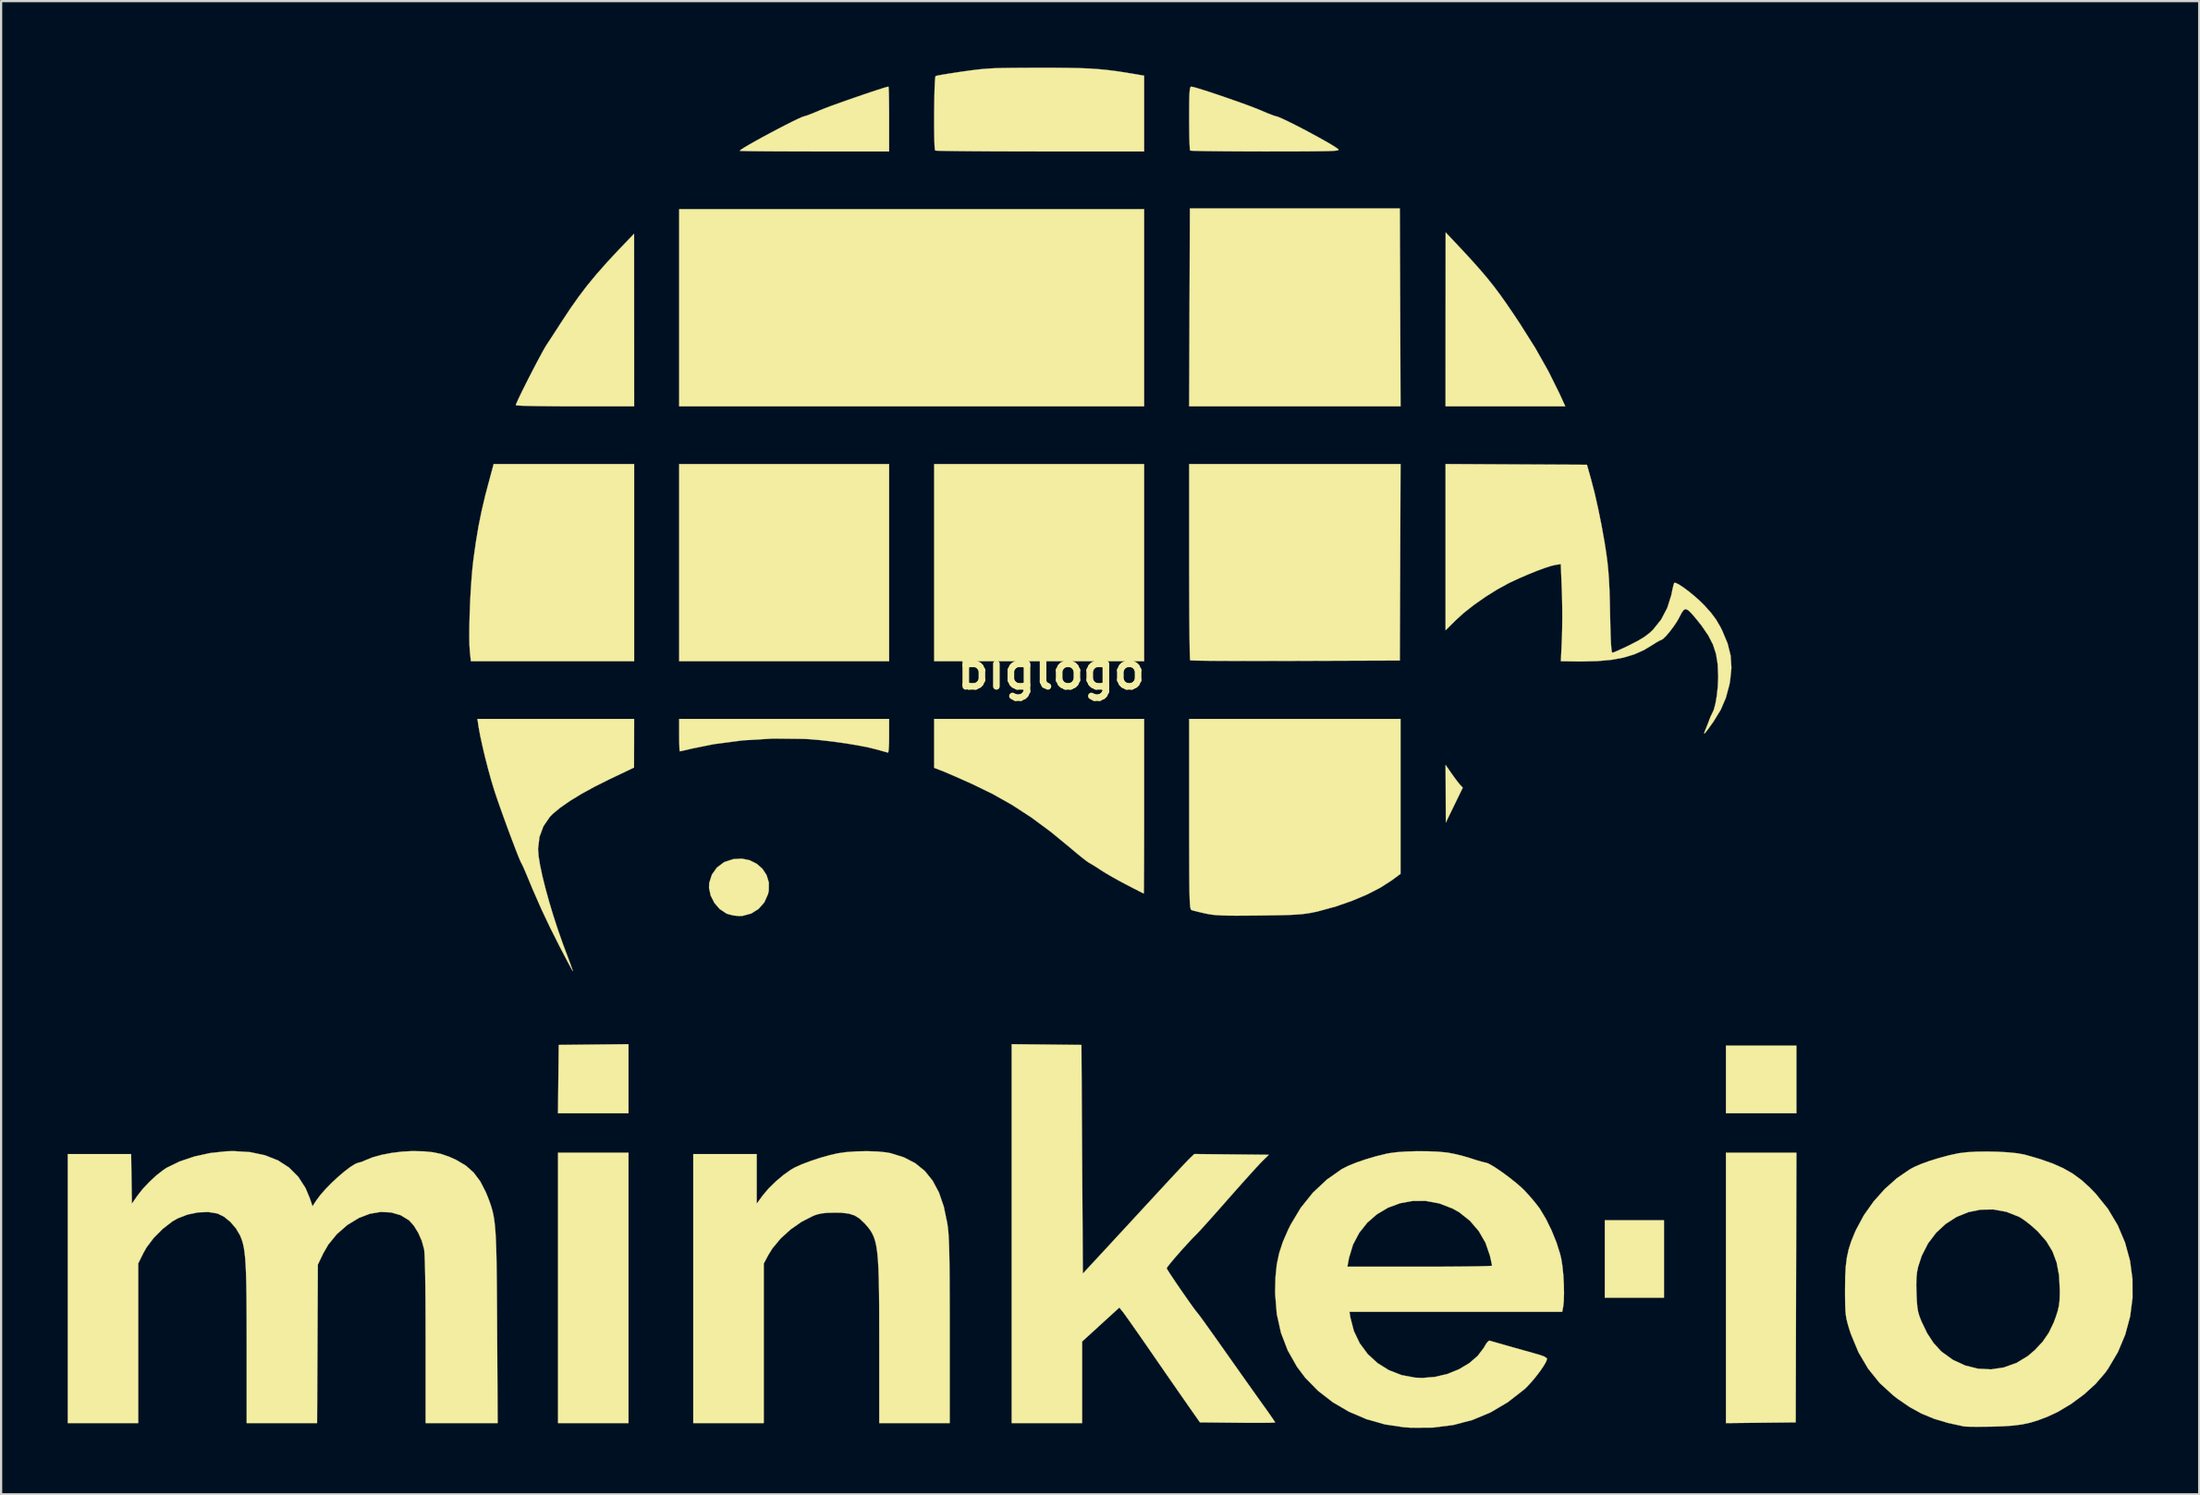
<source format=kicad_pcb>
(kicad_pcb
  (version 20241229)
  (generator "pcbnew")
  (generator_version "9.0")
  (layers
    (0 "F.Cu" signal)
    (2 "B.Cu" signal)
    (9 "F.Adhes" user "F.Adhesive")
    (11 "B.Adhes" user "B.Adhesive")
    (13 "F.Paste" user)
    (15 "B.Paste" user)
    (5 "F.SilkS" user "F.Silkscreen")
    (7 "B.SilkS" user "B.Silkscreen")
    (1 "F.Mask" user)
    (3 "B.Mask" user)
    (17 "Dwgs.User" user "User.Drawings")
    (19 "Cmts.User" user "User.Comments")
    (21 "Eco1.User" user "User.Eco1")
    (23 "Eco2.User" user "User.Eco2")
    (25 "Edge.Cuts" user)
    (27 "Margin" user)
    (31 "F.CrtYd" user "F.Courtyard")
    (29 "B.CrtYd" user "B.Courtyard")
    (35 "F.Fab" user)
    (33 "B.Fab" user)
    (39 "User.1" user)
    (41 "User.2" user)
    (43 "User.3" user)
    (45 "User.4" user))
  (footprint "biglogo"
    (layer "F.Cu")
    (at 44.328 27.21)
    (property "Reference" "biglogo" (at 0 0 0) (layer "F.SilkS") (effects (font (size 1.524 1.524) (thickness 0.3))))
    (attr through_hole)
    (fp_poly (pts (xy -19.05 33.909) (xy -22.225 33.909) (xy -22.225 21.717) (xy -19.05 21.717) (xy -19.05 33.909)) (stroke (width 0.01) (type solid)) (fill yes) (layer "F.SilkS"))
    (fp_poly (pts (xy -7.303 -0.445) (xy -16.764 -0.445) (xy -16.764 -9.335) (xy -7.303 -9.335) (xy -7.303 -0.445)) (stroke (width 0.01) (type solid)) (fill yes) (layer "F.SilkS"))
    (fp_poly (pts (xy 4.191 -11.938) (xy -16.764 -11.938) (xy -16.764 -20.828) (xy 4.191 -20.828) (xy 4.191 -11.938)) (stroke (width 0.01) (type solid)) (fill yes) (layer "F.SilkS"))
    (fp_poly (pts (xy 4.191 -0.445) (xy -5.271 -0.445) (xy -5.271 -9.335) (xy 4.191 -9.335) (xy 4.191 -0.445)) (stroke (width 0.01) (type solid)) (fill yes) (layer "F.SilkS"))
    (fp_poly (pts (xy 27.622 28.258) (xy 24.956 28.258) (xy 24.956 24.765) (xy 27.622 24.765) (xy 27.622 28.258)) (stroke (width 0.01) (type solid)) (fill yes) (layer "F.SilkS"))
    (fp_poly (pts (xy 33.592 19.939) (xy 30.416 19.939) (xy 30.416 16.891) (xy 33.592 16.891) (xy 33.592 19.939)) (stroke (width 0.01) (type solid)) (fill yes) (layer "F.SilkS"))
    (fp_poly (pts (xy -19.05 19.939) (xy -22.227 19.939) (xy -22.193 16.859) (xy -20.622 16.842) (xy -19.05 16.825) (xy -19.05 19.939)) (stroke (width 0.01) (type solid)) (fill yes) (layer "F.SilkS"))
    (fp_poly (pts (xy 15.733 -16.399) (xy 15.749 -11.938) (xy 6.222 -11.938) (xy 6.255 -20.86) (xy 15.716 -20.86) (xy 15.733 -16.399)) (stroke (width 0.01) (type solid)) (fill yes) (layer "F.SilkS"))
    (fp_poly (pts (xy 33.576 27.797) (xy 33.56 33.877) (xy 30.416 33.911) (xy 30.416 21.717) (xy 33.592 21.717) (xy 33.576 27.797)) (stroke (width 0.01) (type solid)) (fill yes) (layer "F.SilkS"))
    (fp_poly (pts (xy 18.041 4.609) (xy 18.191 4.819) (xy 18.33 5.004) (xy 18.427 5.122) (xy 18.553 5.259) (xy 18.172 6.043) (xy 17.791 6.826) (xy 17.786 5.53) (xy 17.78 4.233) (xy 18.041 4.609)) (stroke (width 0.01) (type solid)) (fill yes) (layer "F.SilkS"))
    (fp_poly (pts (xy 18.115 -19.428) (xy 18.597 -18.915) (xy 19.005 -18.47) (xy 19.356 -18.075) (xy 19.667 -17.708) (xy 19.953 -17.349) (xy 20.232 -16.978) (xy 20.518 -16.574) (xy 20.83 -16.117) (xy 21.129 -15.666) (xy 21.82 -14.57) (xy 22.414 -13.518) (xy 22.923 -12.491) (xy 22.95 -12.43) (xy 23.174 -11.938) (xy 17.78 -11.938) (xy 17.781 -15.859) (xy 17.783 -19.78) (xy 18.115 -19.428)) (stroke (width 0.01) (type solid)) (fill yes) (layer "F.SilkS"))
    (fp_poly (pts (xy -18.796 -0.445) (xy -26.152 -0.445) (xy -26.198 -0.873) (xy -26.217 -1.16) (xy -26.224 -1.549) (xy -26.221 -2.014) (xy -26.209 -2.531) (xy -26.188 -3.076) (xy -26.16 -3.622) (xy -26.125 -4.146) (xy -26.084 -4.622) (xy -26.04 -5.018) (xy -25.928 -5.82) (xy -25.807 -6.541) (xy -25.668 -7.226) (xy -25.504 -7.921) (xy -25.387 -8.366) (xy -25.127 -9.335) (xy -18.796 -9.335) (xy -18.796 -0.445)) (stroke (width 0.01) (type solid)) (fill yes) (layer "F.SilkS"))
    (fp_poly (pts (xy 15.733 -4.905) (xy 15.716 -0.476) (xy 11.012 -0.46) (xy 10.251 -0.458) (xy 9.526 -0.457) (xy 8.849 -0.457) (xy 8.228 -0.459) (xy 7.675 -0.461) (xy 7.199 -0.464) (xy 6.81 -0.469) (xy 6.518 -0.474) (xy 6.333 -0.48) (xy 6.266 -0.486) (xy 6.259 -0.556) (xy 6.252 -0.741) (xy 6.246 -1.033) (xy 6.24 -1.421) (xy 6.235 -1.895) (xy 6.23 -2.444) (xy 6.227 -3.058) (xy 6.225 -3.726) (xy 6.223 -4.439) (xy 6.223 -4.932) (xy 6.223 -9.335) (xy 15.749 -9.335) (xy 15.733 -4.905)) (stroke (width 0.01) (type solid)) (fill yes) (layer "F.SilkS"))
    (fp_poly (pts (xy -13.585 8.533) (xy -13.27 8.69) (xy -13.011 8.918) (xy -12.824 9.204) (xy -12.724 9.537) (xy -12.728 9.906) (xy -12.762 10.058) (xy -12.927 10.428) (xy -13.186 10.724) (xy -13.517 10.932) (xy -13.903 11.037) (xy -14.065 11.046) (xy -14.318 11.021) (xy -14.569 10.957) (xy -14.641 10.929) (xy -14.938 10.732) (xy -15.178 10.453) (xy -15.345 10.123) (xy -15.42 9.775) (xy -15.41 9.552) (xy -15.289 9.177) (xy -15.066 8.863) (xy -14.758 8.63) (xy -14.708 8.605) (xy -14.32 8.479) (xy -13.94 8.459) (xy -13.585 8.533)) (stroke (width 0.01) (type solid)) (fill yes) (layer "F.SilkS"))
    (fp_poly (pts (xy -7.303 2.921) (xy -7.306 3.214) (xy -7.316 3.454) (xy -7.331 3.616) (xy -7.35 3.676) (xy -7.35 3.676) (xy -7.431 3.656) (xy -7.598 3.61) (xy -7.811 3.549) (xy -8.203 3.451) (xy -8.689 3.354) (xy -9.236 3.263) (xy -9.81 3.182) (xy -10.379 3.116) (xy -10.909 3.071) (xy -11.133 3.058) (xy -12.524 3.043) (xy -13.891 3.124) (xy -15.21 3.297) (xy -16.182 3.494) (xy -16.424 3.551) (xy -16.615 3.594) (xy -16.724 3.617) (xy -16.737 3.619) (xy -16.748 3.56) (xy -16.756 3.399) (xy -16.762 3.161) (xy -16.764 2.889) (xy -16.764 2.159) (xy -7.303 2.159) (xy -7.303 2.921)) (stroke (width 0.01) (type solid)) (fill yes) (layer "F.SilkS"))
    (fp_poly (pts (xy -18.797 -15.827) (xy -18.796 -11.938) (xy -21.463 -11.938) (xy -22.031 -11.939) (xy -22.558 -11.943) (xy -23.03 -11.948) (xy -23.435 -11.955) (xy -23.759 -11.963) (xy -23.989 -11.973) (xy -24.112 -11.983) (xy -24.13 -11.989) (xy -24.102 -12.072) (xy -24.023 -12.246) (xy -23.905 -12.494) (xy -23.757 -12.794) (xy -23.59 -13.128) (xy -23.412 -13.475) (xy -23.235 -13.816) (xy -23.067 -14.132) (xy -22.921 -14.402) (xy -22.804 -14.608) (xy -22.746 -14.703) (xy -22.608 -14.912) (xy -22.427 -15.19) (xy -22.228 -15.497) (xy -22.066 -15.748) (xy -21.672 -16.345) (xy -21.29 -16.887) (xy -20.9 -17.399) (xy -20.481 -17.906) (xy -20.014 -18.435) (xy -19.478 -19.01) (xy -19.257 -19.24) (xy -18.798 -19.717) (xy -18.797 -15.827)) (stroke (width 0.01) (type solid)) (fill yes) (layer "F.SilkS"))
    (fp_poly (pts (xy 4.191 6.096) (xy 4.191 6.79) (xy 4.19 7.445) (xy 4.189 8.05) (xy 4.187 8.595) (xy 4.186 9.068) (xy 4.183 9.458) (xy 4.181 9.756) (xy 4.178 9.95) (xy 4.176 10.029) (xy 4.175 10.031) (xy 4.116 10.002) (xy 3.966 9.926) (xy 3.744 9.813) (xy 3.474 9.673) (xy 3.397 9.634) (xy 3.072 9.461) (xy 2.749 9.281) (xy 2.464 9.115) (xy 2.256 8.985) (xy 2.254 8.984) (xy 2.04 8.843) (xy 1.845 8.722) (xy 1.714 8.647) (xy 1.609 8.576) (xy 1.43 8.44) (xy 1.203 8.256) (xy 0.948 8.043) (xy 0.889 7.992) (xy -0.012 7.251) (xy -0.882 6.607) (xy -1.747 6.043) (xy -2.634 5.542) (xy -3.568 5.088) (xy -3.588 5.079) (xy -3.953 4.916) (xy -4.301 4.762) (xy -4.605 4.63) (xy -4.84 4.531) (xy -4.969 4.479) (xy -5.271 4.364) (xy -5.271 2.159) (xy 4.191 2.159) (xy 4.191 6.096)) (stroke (width 0.01) (type solid)) (fill yes) (layer "F.SilkS"))
    (fp_poly (pts (xy 15.748 9.144) (xy 15.351 9.437) (xy 14.846 9.762) (xy 14.241 10.074) (xy 13.561 10.361) (xy 12.834 10.614) (xy 12.084 10.82) (xy 11.886 10.866) (xy 11.69 10.906) (xy 11.495 10.937) (xy 11.283 10.962) (xy 11.034 10.981) (xy 10.731 10.996) (xy 10.354 11.007) (xy 9.887 11.015) (xy 9.366 11.022) (xy 8.8 11.027) (xy 8.343 11.029) (xy 7.979 11.026) (xy 7.689 11.018) (xy 7.456 11.005) (xy 7.263 10.986) (xy 7.091 10.959) (xy 6.95 10.931) (xy 6.698 10.873) (xy 6.485 10.821) (xy 6.349 10.783) (xy 6.331 10.777) (xy 6.31 10.762) (xy 6.291 10.728) (xy 6.276 10.667) (xy 6.263 10.569) (xy 6.252 10.426) (xy 6.244 10.229) (xy 6.237 9.969) (xy 6.232 9.636) (xy 6.228 9.223) (xy 6.226 8.719) (xy 6.224 8.116) (xy 6.223 7.406) (xy 6.223 6.579) (xy 6.223 6.447) (xy 6.223 2.159) (xy 15.748 2.159) (xy 15.748 9.144)) (stroke (width 0.01) (type solid)) (fill yes) (layer "F.SilkS"))
    (fp_poly (pts (xy -7.324 -26.292) (xy -7.316 -26.122) (xy -7.31 -25.861) (xy -7.306 -25.526) (xy -7.303 -25.134) (xy -7.303 -24.892) (xy -7.303 -23.431) (xy -10.668 -23.431) (xy -11.308 -23.432) (xy -11.909 -23.434) (xy -12.458 -23.436) (xy -12.944 -23.439) (xy -13.354 -23.443) (xy -13.679 -23.448) (xy -13.904 -23.453) (xy -14.02 -23.458) (xy -14.034 -23.461) (xy -13.98 -23.511) (xy -13.831 -23.608) (xy -13.604 -23.742) (xy -13.32 -23.903) (xy -12.994 -24.083) (xy -12.646 -24.27) (xy -12.294 -24.456) (xy -11.957 -24.631) (xy -11.652 -24.784) (xy -11.398 -24.906) (xy -11.213 -24.988) (xy -11.115 -25.019) (xy -11.113 -25.019) (xy -11.031 -25.043) (xy -10.86 -25.107) (xy -10.625 -25.201) (xy -10.398 -25.297) (xy -10.207 -25.373) (xy -9.937 -25.475) (xy -9.609 -25.594) (xy -9.244 -25.724) (xy -8.86 -25.858) (xy -8.48 -25.989) (xy -8.122 -26.11) (xy -7.808 -26.213) (xy -7.557 -26.293) (xy -7.39 -26.341) (xy -7.333 -26.352) (xy -7.324 -26.292)) (stroke (width 0.01) (type solid)) (fill yes) (layer "F.SilkS"))
    (fp_poly (pts (xy 0.163 -27.204) (xy 0.76 -27.198) (xy 1.273 -27.187) (xy 1.724 -27.169) (xy 2.134 -27.141) (xy 2.525 -27.104) (xy 2.917 -27.055) (xy 3.333 -26.992) (xy 3.794 -26.916) (xy 4.191 -26.847) (xy 4.191 -23.431) (xy -0.497 -23.431) (xy -1.258 -23.432) (xy -1.981 -23.434) (xy -2.657 -23.436) (xy -3.276 -23.44) (xy -3.828 -23.444) (xy -4.302 -23.449) (xy -4.69 -23.455) (xy -4.98 -23.461) (xy -5.163 -23.467) (xy -5.228 -23.474) (xy -5.243 -23.55) (xy -5.255 -23.732) (xy -5.264 -23.999) (xy -5.269 -24.33) (xy -5.272 -24.705) (xy -5.271 -25.103) (xy -5.267 -25.503) (xy -5.261 -25.885) (xy -5.253 -26.228) (xy -5.241 -26.512) (xy -5.228 -26.716) (xy -5.212 -26.82) (xy -5.207 -26.829) (xy -5.127 -26.85) (xy -4.942 -26.885) (xy -4.673 -26.93) (xy -4.342 -26.982) (xy -3.985 -27.035) (xy -3.667 -27.079) (xy -3.386 -27.115) (xy -3.123 -27.144) (xy -2.857 -27.165) (xy -2.57 -27.181) (xy -2.242 -27.192) (xy -1.854 -27.198) (xy -1.386 -27.202) (xy -0.819 -27.204) (xy -0.54 -27.205) (xy 0.163 -27.204)) (stroke (width 0.01) (type solid)) (fill yes) (layer "F.SilkS"))
    (fp_poly (pts (xy 6.423 -26.332) (xy 6.626 -26.274) (xy 6.908 -26.186) (xy 7.248 -26.076) (xy 7.625 -25.949) (xy 8.019 -25.813) (xy 8.41 -25.676) (xy 8.778 -25.543) (xy 9.101 -25.422) (xy 9.361 -25.32) (xy 9.457 -25.28) (xy 9.714 -25.17) (xy 9.932 -25.084) (xy 10.082 -25.03) (xy 10.13 -25.019) (xy 10.232 -24.989) (xy 10.424 -24.907) (xy 10.687 -24.782) (xy 11.001 -24.625) (xy 11.345 -24.448) (xy 11.7 -24.259) (xy 12.047 -24.071) (xy 12.365 -23.893) (xy 12.635 -23.736) (xy 12.836 -23.61) (xy 12.949 -23.525) (xy 12.952 -23.523) (xy 12.96 -23.503) (xy 12.933 -23.486) (xy 12.863 -23.472) (xy 12.739 -23.46) (xy 12.553 -23.451) (xy 12.295 -23.444) (xy 11.956 -23.439) (xy 11.526 -23.435) (xy 10.996 -23.433) (xy 10.357 -23.432) (xy 9.676 -23.431) (xy 9.034 -23.432) (xy 8.43 -23.435) (xy 7.877 -23.438) (xy 7.386 -23.443) (xy 6.969 -23.448) (xy 6.638 -23.455) (xy 6.405 -23.462) (xy 6.282 -23.47) (xy 6.265 -23.474) (xy 6.253 -23.547) (xy 6.242 -23.728) (xy 6.233 -23.999) (xy 6.227 -24.341) (xy 6.223 -24.735) (xy 6.223 -24.934) (xy 6.224 -25.4) (xy 6.228 -25.754) (xy 6.235 -26.01) (xy 6.247 -26.183) (xy 6.265 -26.288) (xy 6.289 -26.34) (xy 6.318 -26.352) (xy 6.423 -26.332)) (stroke (width 0.01) (type solid)) (fill yes) (layer "F.SilkS"))
    (fp_poly (pts (xy -18.798 3.254) (xy -18.801 4.35) (xy -19.925 4.887) (xy -20.582 5.215) (xy -21.177 5.542) (xy -21.696 5.86) (xy -22.127 6.16) (xy -22.458 6.434) (xy -22.594 6.573) (xy -22.885 6.998) (xy -23.063 7.478) (xy -23.126 8.009) (xy -23.126 8.033) (xy -23.103 8.342) (xy -23.037 8.75) (xy -22.933 9.241) (xy -22.795 9.796) (xy -22.629 10.397) (xy -22.44 11.026) (xy -22.231 11.667) (xy -22.008 12.3) (xy -21.888 12.621) (xy -21.77 12.933) (xy -21.672 13.198) (xy -21.601 13.397) (xy -21.564 13.509) (xy -21.561 13.525) (xy -21.594 13.472) (xy -21.677 13.323) (xy -21.799 13.095) (xy -21.951 12.805) (xy -22.125 12.472) (xy -22.147 12.43) (xy -22.582 11.567) (xy -22.979 10.727) (xy -23.363 9.852) (xy -23.592 9.303) (xy -23.698 9.05) (xy -23.789 8.841) (xy -23.854 8.703) (xy -23.874 8.668) (xy -23.92 8.576) (xy -24.001 8.384) (xy -24.11 8.109) (xy -24.239 7.771) (xy -24.383 7.39) (xy -24.534 6.983) (xy -24.684 6.57) (xy -24.827 6.17) (xy -24.956 5.801) (xy -25.063 5.483) (xy -25.102 5.364) (xy -25.239 4.912) (xy -25.379 4.404) (xy -25.514 3.877) (xy -25.636 3.362) (xy -25.737 2.895) (xy -25.807 2.51) (xy -25.814 2.461) (xy -25.859 2.159) (xy -18.796 2.159) (xy -18.798 3.254)) (stroke (width 0.01) (type solid)) (fill yes) (layer "F.SilkS"))
    (fp_poly (pts (xy -7.842 21.664) (xy -7.445 21.702) (xy -7.236 21.74) (xy -6.639 21.926) (xy -6.128 22.191) (xy -5.696 22.54) (xy -5.341 22.98) (xy -5.056 23.515) (xy -4.838 24.151) (xy -4.683 24.894) (xy -4.671 24.974) (xy -4.65 25.132) (xy -4.632 25.314) (xy -4.618 25.532) (xy -4.605 25.794) (xy -4.595 26.111) (xy -4.587 26.494) (xy -4.581 26.953) (xy -4.577 27.497) (xy -4.574 28.137) (xy -4.572 28.884) (xy -4.572 29.747) (xy -4.572 29.774) (xy -4.572 33.909) (xy -7.747 33.909) (xy -7.747 30.298) (xy -7.748 29.411) (xy -7.75 28.64) (xy -7.757 27.978) (xy -7.767 27.412) (xy -7.784 26.933) (xy -7.807 26.532) (xy -7.839 26.199) (xy -7.88 25.923) (xy -7.932 25.694) (xy -7.996 25.503) (xy -8.073 25.34) (xy -8.164 25.195) (xy -8.27 25.058) (xy -8.394 24.918) (xy -8.408 24.902) (xy -8.633 24.689) (xy -8.861 24.547) (xy -9.127 24.462) (xy -9.463 24.425) (xy -9.747 24.42) (xy -10.09 24.429) (xy -10.347 24.455) (xy -10.56 24.505) (xy -10.72 24.563) (xy -11.244 24.83) (xy -11.744 25.179) (xy -12.191 25.586) (xy -12.558 26.026) (xy -12.748 26.331) (xy -12.954 26.72) (xy -12.954 33.909) (xy -16.129 33.909) (xy -16.129 21.78) (xy -13.271 21.78) (xy -13.271 24.017) (xy -12.989 23.633) (xy -12.737 23.335) (xy -12.421 23.024) (xy -12.076 22.732) (xy -11.742 22.493) (xy -11.557 22.386) (xy -11.238 22.242) (xy -10.839 22.092) (xy -10.402 21.948) (xy -9.972 21.827) (xy -9.619 21.746) (xy -9.227 21.691) (xy -8.773 21.659) (xy -8.298 21.65) (xy -7.842 21.664)) (stroke (width 0.01) (type solid)) (fill yes) (layer "F.SilkS"))
    (fp_poly (pts (xy -0.206 16.842) (xy 1.365 16.859) (xy 1.397 22.014) (xy 1.429 27.169) (xy 2.159 26.381) (xy 2.379 26.144) (xy 2.669 25.83) (xy 3.012 25.458) (xy 3.393 25.046) (xy 3.795 24.61) (xy 4.202 24.168) (xy 4.485 23.862) (xy 4.855 23.461) (xy 5.205 23.083) (xy 5.523 22.74) (xy 5.8 22.444) (xy 6.024 22.206) (xy 6.183 22.039) (xy 6.267 21.954) (xy 6.454 21.778) (xy 8.133 21.795) (xy 9.811 21.812) (xy 9.519 22.098) (xy 9.402 22.219) (xy 9.215 22.421) (xy 8.972 22.689) (xy 8.686 23.007) (xy 8.371 23.36) (xy 8.041 23.734) (xy 7.972 23.812) (xy 7.647 24.182) (xy 7.34 24.528) (xy 7.064 24.836) (xy 6.831 25.094) (xy 6.655 25.287) (xy 6.546 25.402) (xy 6.53 25.418) (xy 6.382 25.566) (xy 6.194 25.766) (xy 5.984 25.996) (xy 5.769 26.237) (xy 5.567 26.47) (xy 5.395 26.674) (xy 5.27 26.831) (xy 5.21 26.919) (xy 5.207 26.928) (xy 5.242 26.995) (xy 5.336 27.145) (xy 5.477 27.358) (xy 5.65 27.615) (xy 5.842 27.895) (xy 6.038 28.178) (xy 6.225 28.445) (xy 6.389 28.675) (xy 6.517 28.848) (xy 6.594 28.944) (xy 6.606 28.956) (xy 6.652 29.014) (xy 6.762 29.163) (xy 6.927 29.391) (xy 7.138 29.686) (xy 7.386 30.034) (xy 7.661 30.423) (xy 7.836 30.671) (xy 8.154 31.122) (xy 8.477 31.579) (xy 8.789 32.02) (xy 9.077 32.425) (xy 9.324 32.773) (xy 9.517 33.043) (xy 9.559 33.102) (xy 9.75 33.369) (xy 9.91 33.598) (xy 10.028 33.771) (xy 10.09 33.867) (xy 10.097 33.88) (xy 10.036 33.888) (xy 9.864 33.894) (xy 9.599 33.897) (xy 9.256 33.898) (xy 8.852 33.898) (xy 8.403 33.894) (xy 8.402 33.894) (xy 6.707 33.877) (xy 6.151 33.084) (xy 5.968 32.82) (xy 5.728 32.475) (xy 5.446 32.069) (xy 5.139 31.626) (xy 4.822 31.167) (xy 4.51 30.715) (xy 4.479 30.671) (xy 4.196 30.26) (xy 3.929 29.877) (xy 3.69 29.535) (xy 3.488 29.249) (xy 3.334 29.032) (xy 3.238 28.901) (xy 3.218 28.876) (xy 3.074 28.701) (xy 2.235 29.467) (xy 1.397 30.232) (xy 1.397 33.909) (xy -1.778 33.909) (xy -1.778 16.825) (xy -0.206 16.842)) (stroke (width 0.01) (type solid)) (fill yes) (layer "F.SilkS"))
    (fp_poly (pts (xy 20.965 -9.319) (xy 24.151 -9.303) (xy 24.33 -8.668) (xy 24.492 -8.045) (xy 24.653 -7.337) (xy 24.806 -6.582) (xy 24.942 -5.821) (xy 25.023 -5.302) (xy 25.072 -4.93) (xy 25.111 -4.549) (xy 25.142 -4.136) (xy 25.165 -3.665) (xy 25.182 -3.112) (xy 25.193 -2.588) (xy 25.206 -2.014) (xy 25.219 -1.561) (xy 25.235 -1.222) (xy 25.254 -0.991) (xy 25.275 -0.861) (xy 25.297 -0.826) (xy 25.378 -0.852) (xy 25.549 -0.925) (xy 25.785 -1.033) (xy 26.061 -1.164) (xy 26.08 -1.174) (xy 26.456 -1.368) (xy 26.745 -1.543) (xy 26.977 -1.721) (xy 27.133 -1.868) (xy 27.493 -2.318) (xy 27.771 -2.845) (xy 27.952 -3.417) (xy 27.968 -3.494) (xy 28.014 -3.719) (xy 28.056 -3.891) (xy 28.084 -3.975) (xy 28.086 -3.977) (xy 28.164 -3.971) (xy 28.314 -3.893) (xy 28.517 -3.758) (xy 28.754 -3.58) (xy 29.003 -3.376) (xy 29.245 -3.159) (xy 29.453 -2.953) (xy 29.743 -2.628) (xy 29.967 -2.328) (xy 30.158 -2.003) (xy 30.246 -1.829) (xy 30.489 -1.248) (xy 30.627 -0.698) (xy 30.663 -0.143) (xy 30.602 0.448) (xy 30.569 0.622) (xy 30.41 1.213) (xy 30.181 1.745) (xy 29.859 2.27) (xy 29.836 2.304) (xy 29.644 2.572) (xy 29.517 2.741) (xy 29.449 2.817) (xy 29.434 2.805) (xy 29.464 2.712) (xy 29.496 2.635) (xy 29.582 2.424) (xy 29.658 2.224) (xy 29.67 2.191) (xy 29.731 2.036) (xy 29.782 1.937) (xy 29.867 1.753) (xy 29.943 1.47) (xy 30.005 1.115) (xy 30.048 0.717) (xy 30.067 0.303) (xy 30.067 0.222) (xy 30.045 -0.309) (xy 29.97 -0.773) (xy 29.831 -1.198) (xy 29.616 -1.615) (xy 29.314 -2.054) (xy 29.073 -2.356) (xy 28.864 -2.6) (xy 28.714 -2.746) (xy 28.602 -2.797) (xy 28.51 -2.755) (xy 28.417 -2.622) (xy 28.327 -2.448) (xy 28.206 -2.233) (xy 28.051 -2.001) (xy 27.881 -1.776) (xy 27.717 -1.584) (xy 27.579 -1.449) (xy 27.486 -1.397) (xy 27.485 -1.397) (xy 27.402 -1.363) (xy 27.254 -1.277) (xy 27.14 -1.202) (xy 26.724 -0.95) (xy 26.282 -0.753) (xy 25.795 -0.606) (xy 25.246 -0.507) (xy 24.615 -0.45) (xy 23.886 -0.433) (xy 23.633 -0.435) (xy 22.977 -0.445) (xy 23.022 -1.447) (xy 23.035 -1.868) (xy 23.04 -2.365) (xy 23.038 -2.891) (xy 23.028 -3.395) (xy 23.02 -3.638) (xy 22.973 -4.825) (xy 22.71 -4.784) (xy 22.508 -4.734) (xy 22.218 -4.639) (xy 21.868 -4.508) (xy 21.485 -4.353) (xy 21.095 -4.184) (xy 20.725 -4.012) (xy 20.599 -3.95) (xy 20.095 -3.673) (xy 19.571 -3.344) (xy 19.064 -2.988) (xy 18.607 -2.63) (xy 18.262 -2.317) (xy 17.78 -1.84) (xy 17.78 -9.336) (xy 20.965 -9.319)) (stroke (width 0.01) (type solid)) (fill yes) (layer "F.SilkS"))
    (fp_poly (pts (xy -36.107 21.692) (xy -35.437 21.833) (xy -34.85 22.065) (xy -34.348 22.39) (xy -33.934 22.806) (xy -33.608 23.311) (xy -33.414 23.773) (xy -33.293 24.133) (xy -33.114 23.862) (xy -32.933 23.619) (xy -32.698 23.352) (xy -32.428 23.076) (xy -32.141 22.81) (xy -31.858 22.568) (xy -31.596 22.369) (xy -31.375 22.229) (xy -31.213 22.164) (xy -31.187 22.162) (xy -31.08 22.134) (xy -30.927 22.067) (xy -30.914 22.061) (xy -30.594 21.931) (xy -30.183 21.817) (xy -29.719 21.727) (xy -29.236 21.668) (xy -28.784 21.646) (xy -28.28 21.657) (xy -27.863 21.698) (xy -27.493 21.776) (xy -27.132 21.901) (xy -26.815 22.044) (xy -26.386 22.297) (xy -26.031 22.612) (xy -25.734 23.006) (xy -25.48 23.498) (xy -25.373 23.763) (xy -25.303 23.952) (xy -25.242 24.13) (xy -25.19 24.307) (xy -25.146 24.494) (xy -25.109 24.701) (xy -25.078 24.937) (xy -25.053 25.214) (xy -25.032 25.541) (xy -25.016 25.928) (xy -25.003 26.386) (xy -24.994 26.926) (xy -24.986 27.556) (xy -24.98 28.288) (xy -24.974 29.131) (xy -24.972 29.607) (xy -24.948 33.909) (xy -28.194 33.909) (xy -28.194 30.174) (xy -28.195 29.266) (xy -28.199 28.463) (xy -28.205 27.768) (xy -28.214 27.184) (xy -28.225 26.715) (xy -28.238 26.365) (xy -28.253 26.136) (xy -28.263 26.063) (xy -28.365 25.695) (xy -28.526 25.33) (xy -28.725 25.007) (xy -28.94 24.768) (xy -28.949 24.761) (xy -29.321 24.535) (xy -29.75 24.411) (xy -30.218 24.389) (xy -30.707 24.471) (xy -31.198 24.658) (xy -31.202 24.66) (xy -31.726 24.98) (xy -32.194 25.389) (xy -32.58 25.861) (xy -32.809 26.257) (xy -33.052 26.765) (xy -33.069 30.337) (xy -33.087 33.909) (xy -36.258 33.909) (xy -36.258 30.399) (xy -36.259 29.538) (xy -36.262 28.795) (xy -36.267 28.157) (xy -36.276 27.615) (xy -36.289 27.159) (xy -36.306 26.778) (xy -36.328 26.462) (xy -36.356 26.2) (xy -36.39 25.983) (xy -36.431 25.799) (xy -36.48 25.639) (xy -36.538 25.491) (xy -36.558 25.444) (xy -36.748 25.123) (xy -37.002 24.83) (xy -37.289 24.599) (xy -37.577 24.46) (xy -37.577 24.459) (xy -37.99 24.392) (xy -38.451 24.41) (xy -38.921 24.507) (xy -39.362 24.676) (xy -39.61 24.817) (xy -40.053 25.161) (xy -40.45 25.562) (xy -40.771 25.986) (xy -40.913 26.236) (xy -41.148 26.711) (xy -41.148 33.909) (xy -44.323 33.909) (xy -44.323 21.78) (xy -41.468 21.78) (xy -41.451 22.9) (xy -41.434 24.019) (xy -41.188 23.662) (xy -40.948 23.357) (xy -40.647 23.037) (xy -40.322 22.736) (xy -40.008 22.491) (xy -39.862 22.396) (xy -39.279 22.113) (xy -38.614 21.889) (xy -37.899 21.733) (xy -37.169 21.655) (xy -36.86 21.646) (xy -36.107 21.692)) (stroke (width 0.01) (type solid)) (fill yes) (layer "F.SilkS"))
    (fp_poly (pts (xy 42.656 21.675) (xy 43.119 21.701) (xy 43.529 21.742) (xy 43.853 21.798) (xy 43.91 21.813) (xy 44.577 22.007) (xy 45.139 22.205) (xy 45.62 22.418) (xy 46.043 22.66) (xy 46.431 22.943) (xy 46.805 23.28) (xy 47.085 23.569) (xy 47.633 24.25) (xy 48.073 24.988) (xy 48.404 25.77) (xy 48.627 26.583) (xy 48.74 27.417) (xy 48.743 28.258) (xy 48.635 29.095) (xy 48.415 29.915) (xy 48.084 30.707) (xy 47.64 31.459) (xy 47.499 31.655) (xy 47.075 32.145) (xy 46.556 32.617) (xy 45.974 33.047) (xy 45.363 33.411) (xy 44.9 33.626) (xy 44.502 33.777) (xy 44.136 33.89) (xy 43.769 33.97) (xy 43.369 34.022) (xy 42.904 34.054) (xy 42.418 34.069) (xy 42.044 34.074) (xy 41.705 34.075) (xy 41.425 34.073) (xy 41.228 34.067) (xy 41.148 34.06) (xy 40.427 33.904) (xy 39.799 33.716) (xy 39.233 33.482) (xy 38.697 33.187) (xy 38.159 32.819) (xy 37.963 32.668) (xy 37.348 32.106) (xy 36.825 31.457) (xy 36.391 30.72) (xy 36.047 29.892) (xy 35.96 29.623) (xy 35.898 29.41) (xy 35.853 29.225) (xy 35.821 29.04) (xy 35.802 28.829) (xy 35.791 28.566) (xy 35.786 28.224) (xy 35.785 27.877) (xy 35.788 27.683) (xy 38.995 27.683) (xy 39.004 28.064) (xy 39.021 28.418) (xy 39.043 28.68) (xy 39.078 28.888) (xy 39.132 29.078) (xy 39.212 29.285) (xy 39.226 29.32) (xy 39.485 29.858) (xy 39.77 30.295) (xy 40.098 30.655) (xy 40.156 30.706) (xy 40.649 31.061) (xy 41.196 31.313) (xy 41.774 31.458) (xy 42.364 31.489) (xy 42.944 31.402) (xy 42.945 31.401) (xy 43.515 31.196) (xy 44.022 30.888) (xy 44.334 30.623) (xy 44.691 30.241) (xy 44.966 29.842) (xy 45.188 29.382) (xy 45.283 29.128) (xy 45.369 28.862) (xy 45.423 28.632) (xy 45.453 28.392) (xy 45.464 28.094) (xy 45.465 27.917) (xy 45.432 27.251) (xy 45.324 26.674) (xy 45.135 26.166) (xy 44.857 25.708) (xy 44.482 25.28) (xy 44.421 25.221) (xy 44.181 25.007) (xy 43.933 24.809) (xy 43.714 24.658) (xy 43.627 24.608) (xy 43.054 24.383) (xy 42.473 24.277) (xy 41.897 24.285) (xy 41.339 24.399) (xy 40.81 24.615) (xy 40.324 24.926) (xy 39.892 25.325) (xy 39.527 25.806) (xy 39.241 26.364) (xy 39.079 26.858) (xy 39.03 27.098) (xy 39.003 27.361) (xy 38.995 27.683) (xy 35.788 27.683) (xy 35.792 27.314) (xy 35.817 26.848) (xy 35.867 26.448) (xy 35.946 26.083) (xy 36.06 25.724) (xy 36.216 25.34) (xy 36.285 25.185) (xy 36.634 24.538) (xy 37.07 23.921) (xy 37.573 23.357) (xy 38.123 22.867) (xy 38.698 22.473) (xy 38.908 22.359) (xy 39.208 22.229) (xy 39.593 22.09) (xy 40.026 21.956) (xy 40.465 21.838) (xy 40.872 21.749) (xy 40.926 21.74) (xy 41.274 21.697) (xy 41.7 21.672) (xy 42.172 21.665) (xy 42.656 21.675)) (stroke (width 0.01) (type solid)) (fill yes) (layer "F.SilkS"))
    (fp_poly (pts (xy 16.947 21.653) (xy 17.405 21.671) (xy 17.799 21.706) (xy 17.907 21.721) (xy 18.203 21.779) (xy 18.55 21.864) (xy 18.881 21.961) (xy 18.932 21.978) (xy 19.187 22.06) (xy 19.402 22.123) (xy 19.544 22.157) (xy 19.576 22.162) (xy 19.695 22.2) (xy 19.888 22.306) (xy 20.134 22.463) (xy 20.41 22.656) (xy 20.694 22.869) (xy 20.966 23.086) (xy 21.201 23.292) (xy 21.31 23.396) (xy 21.544 23.648) (xy 21.78 23.924) (xy 21.978 24.177) (xy 22.034 24.256) (xy 22.305 24.709) (xy 22.561 25.232) (xy 22.782 25.779) (xy 22.945 26.3) (xy 22.992 26.498) (xy 23.044 26.827) (xy 23.084 27.217) (xy 23.108 27.633) (xy 23.117 28.038) (xy 23.107 28.395) (xy 23.079 28.668) (xy 23.074 28.694) (xy 23.035 28.892) (xy 13.446 28.892) (xy 13.487 29.153) (xy 13.646 29.761) (xy 13.91 30.312) (xy 14.268 30.796) (xy 14.709 31.203) (xy 15.22 31.523) (xy 15.789 31.745) (xy 16.405 31.861) (xy 16.73 31.876) (xy 17.305 31.828) (xy 17.863 31.695) (xy 18.382 31.485) (xy 18.843 31.211) (xy 19.225 30.881) (xy 19.509 30.507) (xy 19.551 30.429) (xy 19.647 30.278) (xy 19.734 30.198) (xy 19.765 30.194) (xy 19.821 30.211) (xy 19.941 30.246) (xy 20.134 30.301) (xy 20.41 30.38) (xy 20.777 30.484) (xy 21.245 30.616) (xy 21.822 30.779) (xy 22.019 30.834) (xy 22.217 30.905) (xy 22.333 30.979) (xy 22.352 31.016) (xy 22.311 31.139) (xy 22.202 31.33) (xy 22.042 31.565) (xy 21.849 31.818) (xy 21.642 32.065) (xy 21.44 32.283) (xy 21.326 32.39) (xy 20.587 32.966) (xy 19.812 33.425) (xy 18.995 33.768) (xy 18.129 33.996) (xy 17.211 34.113) (xy 16.233 34.119) (xy 15.903 34.097) (xy 15.046 33.97) (xy 14.216 33.734) (xy 13.427 33.398) (xy 12.696 32.97) (xy 12.035 32.459) (xy 11.46 31.872) (xy 11.084 31.374) (xy 10.665 30.632) (xy 10.361 29.841) (xy 10.173 28.998) (xy 10.099 28.102) (xy 10.097 27.968) (xy 10.114 27.323) (xy 10.161 26.86) (xy 13.352 26.86) (xy 16.614 26.86) (xy 17.244 26.86) (xy 17.834 26.857) (xy 18.372 26.853) (xy 18.846 26.848) (xy 19.245 26.841) (xy 19.556 26.833) (xy 19.768 26.825) (xy 19.868 26.816) (xy 19.875 26.813) (xy 19.86 26.731) (xy 19.824 26.562) (xy 19.777 26.354) (xy 19.578 25.778) (xy 19.272 25.248) (xy 18.874 24.785) (xy 18.398 24.407) (xy 18.097 24.236) (xy 17.499 24.006) (xy 16.896 23.894) (xy 16.301 23.893) (xy 15.726 23.997) (xy 15.184 24.198) (xy 14.689 24.492) (xy 14.252 24.871) (xy 13.888 25.329) (xy 13.608 25.86) (xy 13.426 26.458) (xy 13.412 26.533) (xy 13.352 26.86) (xy 10.161 26.86) (xy 10.171 26.763) (xy 10.278 26.25) (xy 10.443 25.745) (xy 10.675 25.211) (xy 10.801 24.956) (xy 11.251 24.204) (xy 11.794 23.527) (xy 12.419 22.938) (xy 13.101 22.457) (xy 13.379 22.316) (xy 13.749 22.166) (xy 14.177 22.018) (xy 14.63 21.884) (xy 15.073 21.774) (xy 15.23 21.742) (xy 15.565 21.697) (xy 15.989 21.666) (xy 16.462 21.652) (xy 16.947 21.653)) (stroke (width 0.01) (type solid)) (fill yes) (layer "F.SilkS")))
  (gr_rect
    (start -3 -3)
    (end 96.076 64.333)
    (stroke (width 0.1) (type default))
    (fill no)
    (layer "Edge.Cuts")))
</source>
